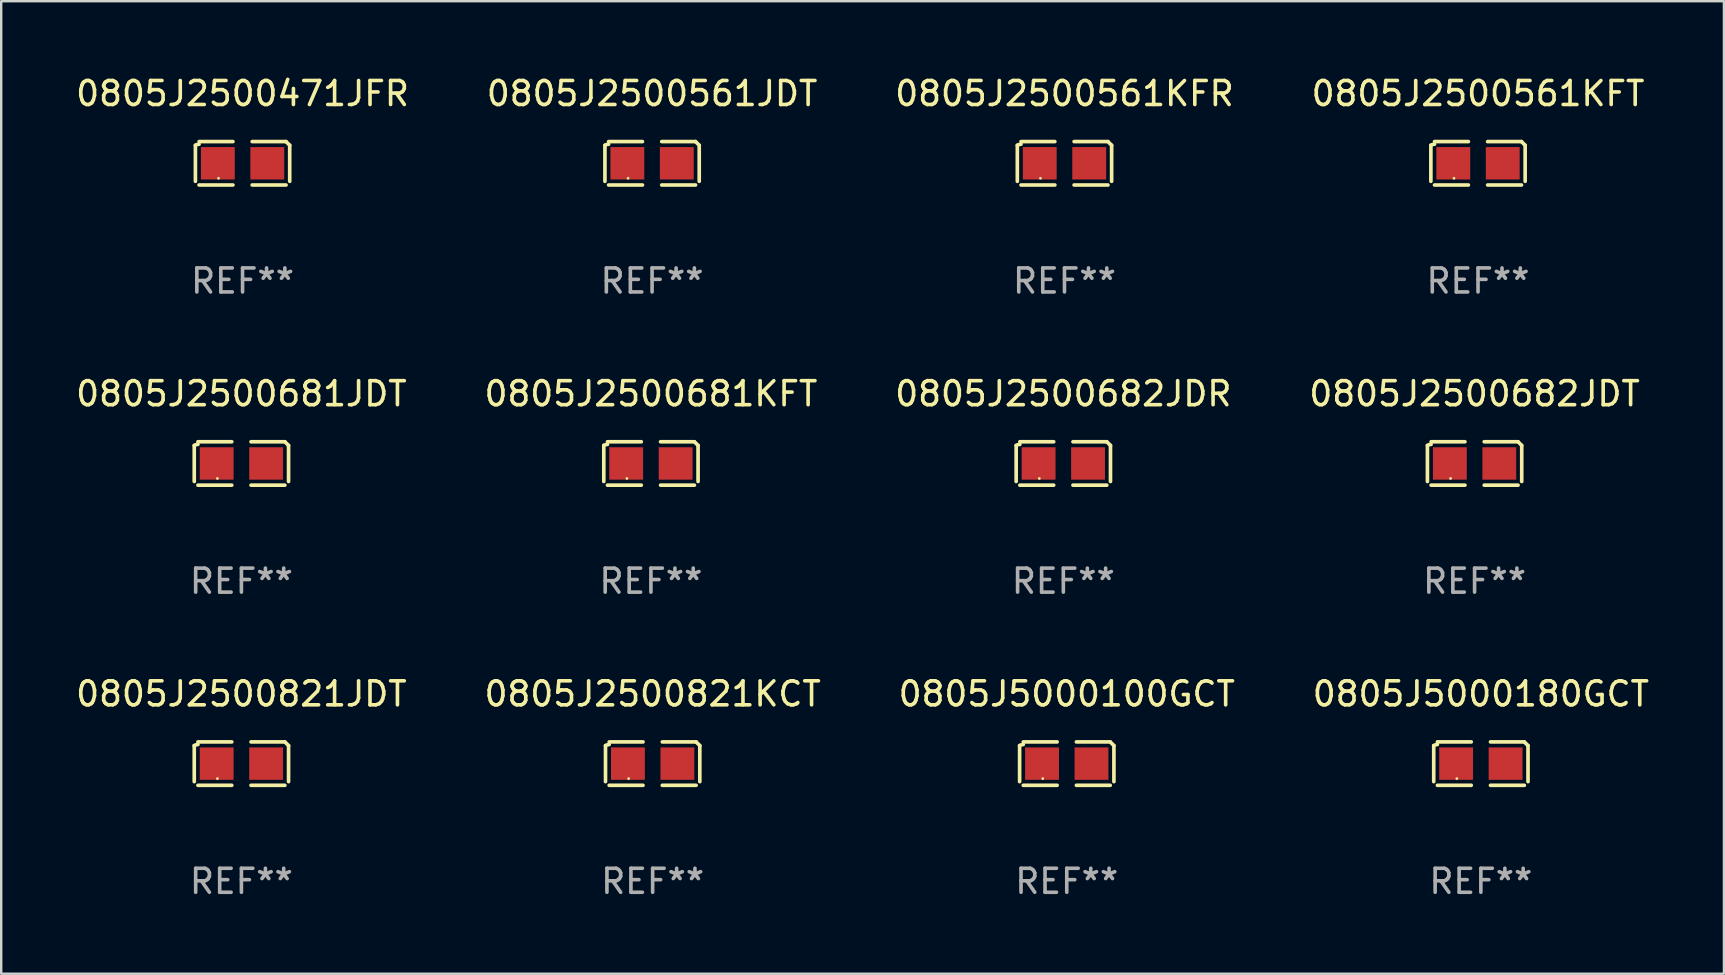
<source format=kicad_pcb>
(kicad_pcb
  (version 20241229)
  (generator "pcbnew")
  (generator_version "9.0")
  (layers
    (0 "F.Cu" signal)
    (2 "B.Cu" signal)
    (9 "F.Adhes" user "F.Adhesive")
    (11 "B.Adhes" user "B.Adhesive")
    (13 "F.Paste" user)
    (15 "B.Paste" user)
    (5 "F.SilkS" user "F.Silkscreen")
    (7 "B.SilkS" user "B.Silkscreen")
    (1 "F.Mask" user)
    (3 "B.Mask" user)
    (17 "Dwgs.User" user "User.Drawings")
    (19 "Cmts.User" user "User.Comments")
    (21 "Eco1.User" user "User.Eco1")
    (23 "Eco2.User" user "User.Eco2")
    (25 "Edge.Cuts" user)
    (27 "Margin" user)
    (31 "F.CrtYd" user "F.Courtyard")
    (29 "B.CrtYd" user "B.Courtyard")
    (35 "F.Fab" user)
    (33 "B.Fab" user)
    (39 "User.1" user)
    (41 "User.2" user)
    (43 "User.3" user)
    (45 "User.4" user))
  (footprint "0805J2500471JFR"
    (layer "F.Cu")
    (at 7.054 3.752)
    (property "Reference" "0805J2500471JFR" (at 0 -2.904 0) (layer "F.SilkS") (effects (font (size 1 1) (thickness 0.15))))
    (attr through_hole)
    (fp_line (start -1.964 0.751) (end -1.964 -0.751) (stroke (width 0.152) (type solid)) (layer "F.SilkS"))
    (fp_line (start -1.811 -0.904) (end -0.401 -0.904) (stroke (width 0.152) (type solid)) (layer "F.SilkS"))
    (fp_line (start -0.401 0.904) (end -1.811 0.904) (stroke (width 0.152) (type solid)) (layer "F.SilkS"))
    (fp_line (start 0.401 0.904) (end 1.811 0.904) (stroke (width 0.152) (type solid)) (layer "F.SilkS"))
    (fp_line (start 1.811 -0.904) (end 0.401 -0.904) (stroke (width 0.152) (type solid)) (layer "F.SilkS"))
    (fp_line (start 1.964 0.751) (end 1.964 -0.751) (stroke (width 0.152) (type solid)) (layer "F.SilkS"))
    (fp_arc (start -1.963602 -0.751207) (mid -1.890354 -0.783131) (end -1.811201 -0.794044) (stroke (width 0.1524) (type solid)) (layer "F.SilkS"))
    (fp_arc (start 1.811202 -0.903607) (mid 1.887413 -0.827418) (end 1.963602 -0.751207) (stroke (width 0.1524) (type solid)) (layer "F.SilkS"))
    (fp_circle (center -1 0.625) (end -0.97 0.625) (stroke (width 0.06) (type solid)) (fill no) (layer "F.SilkS"))
    (fp_text user "REF**" (at 0 4.904 0) (layer "F.Fab") (effects (font (size 1 1) (thickness 0.15))))
    (pad "1" smd rect (at -1.03 0) (size 1.41 1.35) (layers "F.Cu" "F.Mask" "F.Paste"))
    (pad "2" smd rect (at 1.03 0) (size 1.41 1.35) (layers "F.Cu" "F.Mask" "F.Paste")))
  (footprint "0805J2500682JDT"
    (layer "F.Cu")
    (at 58.375 16.256)
    (property "Reference" "0805J2500682JDT" (at 0 -2.904 0) (layer "F.SilkS") (effects (font (size 1 1) (thickness 0.15))))
    (attr through_hole)
    (fp_line (start -1.964 0.751) (end -1.964 -0.751) (stroke (width 0.152) (type solid)) (layer "F.SilkS"))
    (fp_line (start -1.811 -0.904) (end -0.401 -0.904) (stroke (width 0.152) (type solid)) (layer "F.SilkS"))
    (fp_line (start -0.401 0.904) (end -1.811 0.904) (stroke (width 0.152) (type solid)) (layer "F.SilkS"))
    (fp_line (start 0.401 0.904) (end 1.811 0.904) (stroke (width 0.152) (type solid)) (layer "F.SilkS"))
    (fp_line (start 1.811 -0.904) (end 0.401 -0.904) (stroke (width 0.152) (type solid)) (layer "F.SilkS"))
    (fp_line (start 1.964 0.751) (end 1.964 -0.751) (stroke (width 0.152) (type solid)) (layer "F.SilkS"))
    (fp_arc (start -1.963602 -0.751207) (mid -1.890354 -0.783131) (end -1.811201 -0.794044) (stroke (width 0.1524) (type solid)) (layer "F.SilkS"))
    (fp_arc (start 1.811202 -0.903607) (mid 1.887413 -0.827418) (end 1.963602 -0.751207) (stroke (width 0.1524) (type solid)) (layer "F.SilkS"))
    (fp_circle (center -1 0.625) (end -0.97 0.625) (stroke (width 0.06) (type solid)) (fill no) (layer "F.SilkS"))
    (fp_text user "REF**" (at 0 4.904 0) (layer "F.Fab") (effects (font (size 1 1) (thickness 0.15))))
    (pad "1" smd rect (at -1.03 0) (size 1.41 1.35) (layers "F.Cu" "F.Mask" "F.Paste"))
    (pad "2" smd rect (at 1.03 0) (size 1.41 1.35) (layers "F.Cu" "F.Mask" "F.Paste")))
  (footprint "0805J2500682JDR"
    (layer "F.Cu")
    (at 41.244 16.256)
    (property "Reference" "0805J2500682JDR" (at 0 -2.904 0) (layer "F.SilkS") (effects (font (size 1 1) (thickness 0.15))))
    (attr through_hole)
    (fp_line (start -1.964 0.751) (end -1.964 -0.751) (stroke (width 0.152) (type solid)) (layer "F.SilkS"))
    (fp_line (start -1.811 -0.904) (end -0.401 -0.904) (stroke (width 0.152) (type solid)) (layer "F.SilkS"))
    (fp_line (start -0.401 0.904) (end -1.811 0.904) (stroke (width 0.152) (type solid)) (layer "F.SilkS"))
    (fp_line (start 0.401 0.904) (end 1.811 0.904) (stroke (width 0.152) (type solid)) (layer "F.SilkS"))
    (fp_line (start 1.811 -0.904) (end 0.401 -0.904) (stroke (width 0.152) (type solid)) (layer "F.SilkS"))
    (fp_line (start 1.964 0.751) (end 1.964 -0.751) (stroke (width 0.152) (type solid)) (layer "F.SilkS"))
    (fp_arc (start -1.963602 -0.751207) (mid -1.890354 -0.783131) (end -1.811201 -0.794044) (stroke (width 0.1524) (type solid)) (layer "F.SilkS"))
    (fp_arc (start 1.811202 -0.903607) (mid 1.887413 -0.827418) (end 1.963602 -0.751207) (stroke (width 0.1524) (type solid)) (layer "F.SilkS"))
    (fp_circle (center -1 0.625) (end -0.97 0.625) (stroke (width 0.06) (type solid)) (fill no) (layer "F.SilkS"))
    (fp_text user "REF**" (at 0 4.904 0) (layer "F.Fab") (effects (font (size 1 1) (thickness 0.15))))
    (pad "1" smd rect (at -1.03 0) (size 1.41 1.35) (layers "F.Cu" "F.Mask" "F.Paste"))
    (pad "2" smd rect (at 1.03 0) (size 1.41 1.35) (layers "F.Cu" "F.Mask" "F.Paste")))
  (footprint "0805J5000100GCT"
    (layer "F.Cu")
    (at 41.387 28.759)
    (property "Reference" "0805J5000100GCT" (at 0 -2.904 0) (layer "F.SilkS") (effects (font (size 1 1) (thickness 0.15))))
    (attr through_hole)
    (fp_line (start -1.964 0.751) (end -1.964 -0.751) (stroke (width 0.152) (type solid)) (layer "F.SilkS"))
    (fp_line (start -1.811 -0.904) (end -0.401 -0.904) (stroke (width 0.152) (type solid)) (layer "F.SilkS"))
    (fp_line (start -0.401 0.904) (end -1.811 0.904) (stroke (width 0.152) (type solid)) (layer "F.SilkS"))
    (fp_line (start 0.401 0.904) (end 1.811 0.904) (stroke (width 0.152) (type solid)) (layer "F.SilkS"))
    (fp_line (start 1.811 -0.904) (end 0.401 -0.904) (stroke (width 0.152) (type solid)) (layer "F.SilkS"))
    (fp_line (start 1.964 0.751) (end 1.964 -0.751) (stroke (width 0.152) (type solid)) (layer "F.SilkS"))
    (fp_arc (start -1.963602 -0.751207) (mid -1.890354 -0.783131) (end -1.811201 -0.794044) (stroke (width 0.1524) (type solid)) (layer "F.SilkS"))
    (fp_arc (start 1.811202 -0.903607) (mid 1.887413 -0.827418) (end 1.963602 -0.751207) (stroke (width 0.1524) (type solid)) (layer "F.SilkS"))
    (fp_circle (center -1 0.625) (end -0.97 0.625) (stroke (width 0.06) (type solid)) (fill no) (layer "F.SilkS"))
    (fp_text user "REF**" (at 0 4.904 0) (layer "F.Fab") (effects (font (size 1 1) (thickness 0.15))))
    (pad "1" smd rect (at -1.03 0) (size 1.41 1.35) (layers "F.Cu" "F.Mask" "F.Paste"))
    (pad "2" smd rect (at 1.03 0) (size 1.41 1.35) (layers "F.Cu" "F.Mask" "F.Paste")))
  (footprint "0805J2500561KFR"
    (layer "F.Cu")
    (at 41.292 3.752)
    (property "Reference" "0805J2500561KFR" (at 0 -2.904 0) (layer "F.SilkS") (effects (font (size 1 1) (thickness 0.15))))
    (attr through_hole)
    (fp_line (start -1.964 0.751) (end -1.964 -0.751) (stroke (width 0.152) (type solid)) (layer "F.SilkS"))
    (fp_line (start -1.811 -0.904) (end -0.401 -0.904) (stroke (width 0.152) (type solid)) (layer "F.SilkS"))
    (fp_line (start -0.401 0.904) (end -1.811 0.904) (stroke (width 0.152) (type solid)) (layer "F.SilkS"))
    (fp_line (start 0.401 0.904) (end 1.811 0.904) (stroke (width 0.152) (type solid)) (layer "F.SilkS"))
    (fp_line (start 1.811 -0.904) (end 0.401 -0.904) (stroke (width 0.152) (type solid)) (layer "F.SilkS"))
    (fp_line (start 1.964 0.751) (end 1.964 -0.751) (stroke (width 0.152) (type solid)) (layer "F.SilkS"))
    (fp_arc (start -1.963602 -0.751207) (mid -1.890354 -0.783131) (end -1.811201 -0.794044) (stroke (width 0.1524) (type solid)) (layer "F.SilkS"))
    (fp_arc (start 1.811202 -0.903607) (mid 1.887413 -0.827418) (end 1.963602 -0.751207) (stroke (width 0.1524) (type solid)) (layer "F.SilkS"))
    (fp_circle (center -1 0.625) (end -0.97 0.625) (stroke (width 0.06) (type solid)) (fill no) (layer "F.SilkS"))
    (fp_text user "REF**" (at 0 4.904 0) (layer "F.Fab") (effects (font (size 1 1) (thickness 0.15))))
    (pad "1" smd rect (at -1.03 0) (size 1.41 1.35) (layers "F.Cu" "F.Mask" "F.Paste"))
    (pad "2" smd rect (at 1.03 0) (size 1.41 1.35) (layers "F.Cu" "F.Mask" "F.Paste")))
  (footprint "0805J2500681JDT"
    (layer "F.Cu")
    (at 7.006 16.256)
    (property "Reference" "0805J2500681JDT" (at 0 -2.904 0) (layer "F.SilkS") (effects (font (size 1 1) (thickness 0.15))))
    (attr through_hole)
    (fp_line (start -1.964 0.751) (end -1.964 -0.751) (stroke (width 0.152) (type solid)) (layer "F.SilkS"))
    (fp_line (start -1.811 -0.904) (end -0.401 -0.904) (stroke (width 0.152) (type solid)) (layer "F.SilkS"))
    (fp_line (start -0.401 0.904) (end -1.811 0.904) (stroke (width 0.152) (type solid)) (layer "F.SilkS"))
    (fp_line (start 0.401 0.904) (end 1.811 0.904) (stroke (width 0.152) (type solid)) (layer "F.SilkS"))
    (fp_line (start 1.811 -0.904) (end 0.401 -0.904) (stroke (width 0.152) (type solid)) (layer "F.SilkS"))
    (fp_line (start 1.964 0.751) (end 1.964 -0.751) (stroke (width 0.152) (type solid)) (layer "F.SilkS"))
    (fp_arc (start -1.963602 -0.751207) (mid -1.890354 -0.783131) (end -1.811201 -0.794044) (stroke (width 0.1524) (type solid)) (layer "F.SilkS"))
    (fp_arc (start 1.811202 -0.903607) (mid 1.887413 -0.827418) (end 1.963602 -0.751207) (stroke (width 0.1524) (type solid)) (layer "F.SilkS"))
    (fp_circle (center -1 0.625) (end -0.97 0.625) (stroke (width 0.06) (type solid)) (fill no) (layer "F.SilkS"))
    (fp_text user "REF**" (at 0 4.904 0) (layer "F.Fab") (effects (font (size 1 1) (thickness 0.15))))
    (pad "1" smd rect (at -1.03 0) (size 1.41 1.35) (layers "F.Cu" "F.Mask" "F.Paste"))
    (pad "2" smd rect (at 1.03 0) (size 1.41 1.35) (layers "F.Cu" "F.Mask" "F.Paste")))
  (footprint "0805J2500561KFT"
    (layer "F.Cu")
    (at 58.518 3.752)
    (property "Reference" "0805J2500561KFT" (at 0 -2.904 0) (layer "F.SilkS") (effects (font (size 1 1) (thickness 0.15))))
    (attr through_hole)
    (fp_line (start -1.964 0.751) (end -1.964 -0.751) (stroke (width 0.152) (type solid)) (layer "F.SilkS"))
    (fp_line (start -1.811 -0.904) (end -0.401 -0.904) (stroke (width 0.152) (type solid)) (layer "F.SilkS"))
    (fp_line (start -0.401 0.904) (end -1.811 0.904) (stroke (width 0.152) (type solid)) (layer "F.SilkS"))
    (fp_line (start 0.401 0.904) (end 1.811 0.904) (stroke (width 0.152) (type solid)) (layer "F.SilkS"))
    (fp_line (start 1.811 -0.904) (end 0.401 -0.904) (stroke (width 0.152) (type solid)) (layer "F.SilkS"))
    (fp_line (start 1.964 0.751) (end 1.964 -0.751) (stroke (width 0.152) (type solid)) (layer "F.SilkS"))
    (fp_arc (start -1.963602 -0.751207) (mid -1.890354 -0.783131) (end -1.811201 -0.794044) (stroke (width 0.1524) (type solid)) (layer "F.SilkS"))
    (fp_arc (start 1.811202 -0.903607) (mid 1.887413 -0.827418) (end 1.963602 -0.751207) (stroke (width 0.1524) (type solid)) (layer "F.SilkS"))
    (fp_circle (center -1 0.625) (end -0.97 0.625) (stroke (width 0.06) (type solid)) (fill no) (layer "F.SilkS"))
    (fp_text user "REF**" (at 0 4.904 0) (layer "F.Fab") (effects (font (size 1 1) (thickness 0.15))))
    (pad "1" smd rect (at -1.03 0) (size 1.41 1.35) (layers "F.Cu" "F.Mask" "F.Paste"))
    (pad "2" smd rect (at 1.03 0) (size 1.41 1.35) (layers "F.Cu" "F.Mask" "F.Paste")))
  (footprint "0805J2500821KCT"
    (layer "F.Cu")
    (at 24.137 28.759)
    (property "Reference" "0805J2500821KCT" (at 0 -2.904 0) (layer "F.SilkS") (effects (font (size 1 1) (thickness 0.15))))
    (attr through_hole)
    (fp_line (start -1.964 0.751) (end -1.964 -0.751) (stroke (width 0.152) (type solid)) (layer "F.SilkS"))
    (fp_line (start -1.811 -0.904) (end -0.401 -0.904) (stroke (width 0.152) (type solid)) (layer "F.SilkS"))
    (fp_line (start -0.401 0.904) (end -1.811 0.904) (stroke (width 0.152) (type solid)) (layer "F.SilkS"))
    (fp_line (start 0.401 0.904) (end 1.811 0.904) (stroke (width 0.152) (type solid)) (layer "F.SilkS"))
    (fp_line (start 1.811 -0.904) (end 0.401 -0.904) (stroke (width 0.152) (type solid)) (layer "F.SilkS"))
    (fp_line (start 1.964 0.751) (end 1.964 -0.751) (stroke (width 0.152) (type solid)) (layer "F.SilkS"))
    (fp_arc (start -1.963602 -0.751207) (mid -1.890354 -0.783131) (end -1.811201 -0.794044) (stroke (width 0.1524) (type solid)) (layer "F.SilkS"))
    (fp_arc (start 1.811202 -0.903607) (mid 1.887413 -0.827418) (end 1.963602 -0.751207) (stroke (width 0.1524) (type solid)) (layer "F.SilkS"))
    (fp_circle (center -1 0.625) (end -0.97 0.625) (stroke (width 0.06) (type solid)) (fill no) (layer "F.SilkS"))
    (fp_text user "REF**" (at 0 4.904 0) (layer "F.Fab") (effects (font (size 1 1) (thickness 0.15))))
    (pad "1" smd rect (at -1.03 0) (size 1.41 1.35) (layers "F.Cu" "F.Mask" "F.Paste"))
    (pad "2" smd rect (at 1.03 0) (size 1.41 1.35) (layers "F.Cu" "F.Mask" "F.Paste")))
  (footprint "0805J2500561JDT"
    (layer "F.Cu")
    (at 24.113 3.752)
    (property "Reference" "0805J2500561JDT" (at 0 -2.904 0) (layer "F.SilkS") (effects (font (size 1 1) (thickness 0.15))))
    (attr through_hole)
    (fp_line (start -1.964 0.751) (end -1.964 -0.751) (stroke (width 0.152) (type solid)) (layer "F.SilkS"))
    (fp_line (start -1.811 -0.904) (end -0.401 -0.904) (stroke (width 0.152) (type solid)) (layer "F.SilkS"))
    (fp_line (start -0.401 0.904) (end -1.811 0.904) (stroke (width 0.152) (type solid)) (layer "F.SilkS"))
    (fp_line (start 0.401 0.904) (end 1.811 0.904) (stroke (width 0.152) (type solid)) (layer "F.SilkS"))
    (fp_line (start 1.811 -0.904) (end 0.401 -0.904) (stroke (width 0.152) (type solid)) (layer "F.SilkS"))
    (fp_line (start 1.964 0.751) (end 1.964 -0.751) (stroke (width 0.152) (type solid)) (layer "F.SilkS"))
    (fp_arc (start -1.963602 -0.751207) (mid -1.890354 -0.783131) (end -1.811201 -0.794044) (stroke (width 0.1524) (type solid)) (layer "F.SilkS"))
    (fp_arc (start 1.811202 -0.903607) (mid 1.887413 -0.827418) (end 1.963602 -0.751207) (stroke (width 0.1524) (type solid)) (layer "F.SilkS"))
    (fp_circle (center -1 0.625) (end -0.97 0.625) (stroke (width 0.06) (type solid)) (fill no) (layer "F.SilkS"))
    (fp_text user "REF**" (at 0 4.904 0) (layer "F.Fab") (effects (font (size 1 1) (thickness 0.15))))
    (pad "1" smd rect (at -1.03 0) (size 1.41 1.35) (layers "F.Cu" "F.Mask" "F.Paste"))
    (pad "2" smd rect (at 1.03 0) (size 1.41 1.35) (layers "F.Cu" "F.Mask" "F.Paste")))
  (footprint "0805J2500821JDT"
    (layer "F.Cu")
    (at 7.006 28.759)
    (property "Reference" "0805J2500821JDT" (at 0 -2.904 0) (layer "F.SilkS") (effects (font (size 1 1) (thickness 0.15))))
    (attr through_hole)
    (fp_line (start -1.964 0.751) (end -1.964 -0.751) (stroke (width 0.152) (type solid)) (layer "F.SilkS"))
    (fp_line (start -1.811 -0.904) (end -0.401 -0.904) (stroke (width 0.152) (type solid)) (layer "F.SilkS"))
    (fp_line (start -0.401 0.904) (end -1.811 0.904) (stroke (width 0.152) (type solid)) (layer "F.SilkS"))
    (fp_line (start 0.401 0.904) (end 1.811 0.904) (stroke (width 0.152) (type solid)) (layer "F.SilkS"))
    (fp_line (start 1.811 -0.904) (end 0.401 -0.904) (stroke (width 0.152) (type solid)) (layer "F.SilkS"))
    (fp_line (start 1.964 0.751) (end 1.964 -0.751) (stroke (width 0.152) (type solid)) (layer "F.SilkS"))
    (fp_arc (start -1.963602 -0.751207) (mid -1.890354 -0.783131) (end -1.811201 -0.794044) (stroke (width 0.1524) (type solid)) (layer "F.SilkS"))
    (fp_arc (start 1.811202 -0.903607) (mid 1.887413 -0.827418) (end 1.963602 -0.751207) (stroke (width 0.1524) (type solid)) (layer "F.SilkS"))
    (fp_circle (center -1 0.625) (end -0.97 0.625) (stroke (width 0.06) (type solid)) (fill no) (layer "F.SilkS"))
    (fp_text user "REF**" (at 0 4.904 0) (layer "F.Fab") (effects (font (size 1 1) (thickness 0.15))))
    (pad "1" smd rect (at -1.03 0) (size 1.41 1.35) (layers "F.Cu" "F.Mask" "F.Paste"))
    (pad "2" smd rect (at 1.03 0) (size 1.41 1.35) (layers "F.Cu" "F.Mask" "F.Paste")))
  (footprint "0805J5000180GCT"
    (layer "F.Cu")
    (at 58.637 28.759)
    (property "Reference" "0805J5000180GCT" (at 0 -2.904 0) (layer "F.SilkS") (effects (font (size 1 1) (thickness 0.15))))
    (attr through_hole)
    (fp_line (start -1.964 0.751) (end -1.964 -0.751) (stroke (width 0.152) (type solid)) (layer "F.SilkS"))
    (fp_line (start -1.811 -0.904) (end -0.401 -0.904) (stroke (width 0.152) (type solid)) (layer "F.SilkS"))
    (fp_line (start -0.401 0.904) (end -1.811 0.904) (stroke (width 0.152) (type solid)) (layer "F.SilkS"))
    (fp_line (start 0.401 0.904) (end 1.811 0.904) (stroke (width 0.152) (type solid)) (layer "F.SilkS"))
    (fp_line (start 1.811 -0.904) (end 0.401 -0.904) (stroke (width 0.152) (type solid)) (layer "F.SilkS"))
    (fp_line (start 1.964 0.751) (end 1.964 -0.751) (stroke (width 0.152) (type solid)) (layer "F.SilkS"))
    (fp_arc (start -1.963602 -0.751207) (mid -1.890354 -0.783131) (end -1.811201 -0.794044) (stroke (width 0.1524) (type solid)) (layer "F.SilkS"))
    (fp_arc (start 1.811202 -0.903607) (mid 1.887413 -0.827418) (end 1.963602 -0.751207) (stroke (width 0.1524) (type solid)) (layer "F.SilkS"))
    (fp_circle (center -1 0.625) (end -0.97 0.625) (stroke (width 0.06) (type solid)) (fill no) (layer "F.SilkS"))
    (fp_text user "REF**" (at 0 4.904 0) (layer "F.Fab") (effects (font (size 1 1) (thickness 0.15))))
    (pad "1" smd rect (at -1.03 0) (size 1.41 1.35) (layers "F.Cu" "F.Mask" "F.Paste"))
    (pad "2" smd rect (at 1.03 0) (size 1.41 1.35) (layers "F.Cu" "F.Mask" "F.Paste")))
  (footprint "0805J2500681KFT"
    (layer "F.Cu")
    (at 24.065 16.256)
    (property "Reference" "0805J2500681KFT" (at 0 -2.904 0) (layer "F.SilkS") (effects (font (size 1 1) (thickness 0.15))))
    (attr through_hole)
    (fp_line (start -1.964 0.751) (end -1.964 -0.751) (stroke (width 0.152) (type solid)) (layer "F.SilkS"))
    (fp_line (start -1.811 -0.904) (end -0.401 -0.904) (stroke (width 0.152) (type solid)) (layer "F.SilkS"))
    (fp_line (start -0.401 0.904) (end -1.811 0.904) (stroke (width 0.152) (type solid)) (layer "F.SilkS"))
    (fp_line (start 0.401 0.904) (end 1.811 0.904) (stroke (width 0.152) (type solid)) (layer "F.SilkS"))
    (fp_line (start 1.811 -0.904) (end 0.401 -0.904) (stroke (width 0.152) (type solid)) (layer "F.SilkS"))
    (fp_line (start 1.964 0.751) (end 1.964 -0.751) (stroke (width 0.152) (type solid)) (layer "F.SilkS"))
    (fp_arc (start -1.963602 -0.751207) (mid -1.890354 -0.783131) (end -1.811201 -0.794044) (stroke (width 0.1524) (type solid)) (layer "F.SilkS"))
    (fp_arc (start 1.811202 -0.903607) (mid 1.887413 -0.827418) (end 1.963602 -0.751207) (stroke (width 0.1524) (type solid)) (layer "F.SilkS"))
    (fp_circle (center -1 0.625) (end -0.97 0.625) (stroke (width 0.06) (type solid)) (fill no) (layer "F.SilkS"))
    (fp_text user "REF**" (at 0 4.904 0) (layer "F.Fab") (effects (font (size 1 1) (thickness 0.15))))
    (pad "1" smd rect (at -1.03 0) (size 1.41 1.35) (layers "F.Cu" "F.Mask" "F.Paste"))
    (pad "2" smd rect (at 1.03 0) (size 1.41 1.35) (layers "F.Cu" "F.Mask" "F.Paste")))
  (gr_rect
    (start -3 -3)
    (end 68.762 37.511)
    (stroke (width 0.1) (type default))
    (fill no)
    (layer "Edge.Cuts")))
</source>
